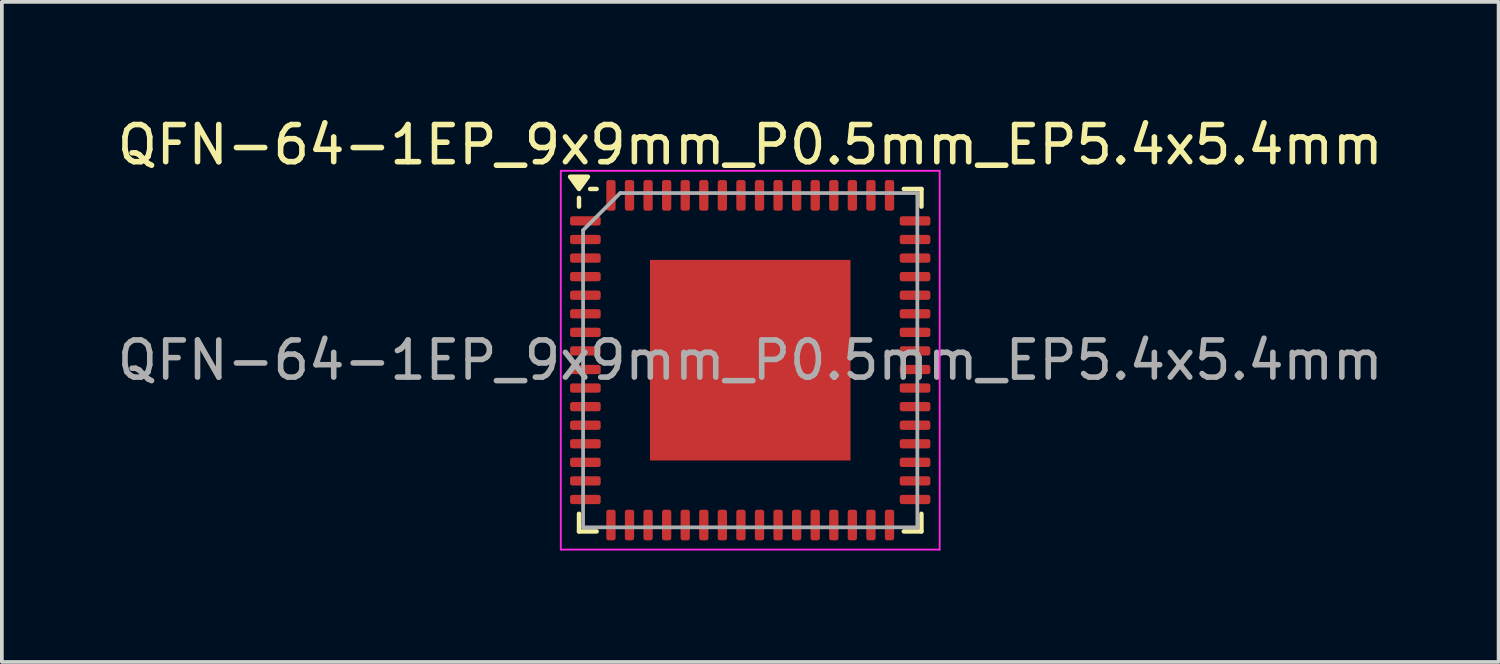
<source format=kicad_pcb>
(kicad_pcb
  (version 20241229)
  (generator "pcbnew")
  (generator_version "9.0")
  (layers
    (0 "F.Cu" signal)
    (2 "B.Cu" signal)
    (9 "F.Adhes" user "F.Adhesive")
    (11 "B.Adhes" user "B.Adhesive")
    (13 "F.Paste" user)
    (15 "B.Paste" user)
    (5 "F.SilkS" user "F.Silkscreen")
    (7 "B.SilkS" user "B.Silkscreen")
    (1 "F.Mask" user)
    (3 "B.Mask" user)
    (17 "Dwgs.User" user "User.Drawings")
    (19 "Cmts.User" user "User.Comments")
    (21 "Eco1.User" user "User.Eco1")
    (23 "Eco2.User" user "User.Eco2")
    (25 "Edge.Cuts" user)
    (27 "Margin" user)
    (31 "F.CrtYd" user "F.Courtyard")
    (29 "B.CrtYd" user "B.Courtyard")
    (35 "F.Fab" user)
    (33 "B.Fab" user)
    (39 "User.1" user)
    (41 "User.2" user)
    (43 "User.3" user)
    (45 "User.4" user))
  (footprint "QFN-64-1EP_9x9mm_P0.5mm_EP5.4x5.4mm"
    (layer "F.Cu")
    (at 17.149 6.648)
    (property "Reference" "QFN-64-1EP_9x9mm_P0.5mm_EP5.4x5.4mm" (at 0 -5.8 0) (layer "F.SilkS") (effects (font (size 1 1) (thickness 0.15))))
    (attr smd)
    (fp_line (start -4.61 -4.135) (end -4.61 -4.37) (stroke (width 0.12) (type solid)) (layer "F.SilkS"))
    (fp_line (start -4.61 4.61) (end -4.61 4.135) (stroke (width 0.12) (type solid)) (layer "F.SilkS"))
    (fp_line (start -4.135 -4.61) (end -4.31 -4.61) (stroke (width 0.12) (type solid)) (layer "F.SilkS"))
    (fp_line (start -4.135 4.61) (end -4.61 4.61) (stroke (width 0.12) (type solid)) (layer "F.SilkS"))
    (fp_line (start 4.135 -4.61) (end 4.61 -4.61) (stroke (width 0.12) (type solid)) (layer "F.SilkS"))
    (fp_line (start 4.135 4.61) (end 4.61 4.61) (stroke (width 0.12) (type solid)) (layer "F.SilkS"))
    (fp_line (start 4.61 -4.61) (end 4.61 -4.135) (stroke (width 0.12) (type solid)) (layer "F.SilkS"))
    (fp_line (start 4.61 4.61) (end 4.61 4.135) (stroke (width 0.12) (type solid)) (layer "F.SilkS"))
    (fp_poly (pts (xy -4.61 -4.61) (xy -4.85 -4.94) (xy -4.37 -4.94) (xy -4.61 -4.61)) (stroke (width 0.12) (type solid)) (fill yes) (layer "F.SilkS"))
    (fp_line (start -5.1 -5.1) (end -5.1 5.1) (stroke (width 0.05) (type solid)) (layer "F.CrtYd"))
    (fp_line (start -5.1 5.1) (end 5.1 5.1) (stroke (width 0.05) (type solid)) (layer "F.CrtYd"))
    (fp_line (start 5.1 -5.1) (end -5.1 -5.1) (stroke (width 0.05) (type solid)) (layer "F.CrtYd"))
    (fp_line (start 5.1 5.1) (end 5.1 -5.1) (stroke (width 0.05) (type solid)) (layer "F.CrtYd"))
    (fp_line (start -4.5 -3.5) (end -3.5 -4.5) (stroke (width 0.1) (type solid)) (layer "F.Fab"))
    (fp_line (start -4.5 4.5) (end -4.5 -3.5) (stroke (width 0.1) (type solid)) (layer "F.Fab"))
    (fp_line (start -3.5 -4.5) (end 4.5 -4.5) (stroke (width 0.1) (type solid)) (layer "F.Fab"))
    (fp_line (start 4.5 -4.5) (end 4.5 4.5) (stroke (width 0.1) (type solid)) (layer "F.Fab"))
    (fp_line (start 4.5 4.5) (end -4.5 4.5) (stroke (width 0.1) (type solid)) (layer "F.Fab"))
    (fp_text user "${REFERENCE}" (at 0 0 0) (layer "F.Fab") (effects (font (size 1 1) (thickness 0.15))))
    (pad "" smd roundrect (at -2.025 -2.025) (size 1.09 1.09) (layers "F.Paste") (roundrect_rratio 0.229))
    (pad "" smd roundrect (at -2.025 -0.675) (size 1.09 1.09) (layers "F.Paste") (roundrect_rratio 0.229))
    (pad "" smd roundrect (at -2.025 0.675) (size 1.09 1.09) (layers "F.Paste") (roundrect_rratio 0.229))
    (pad "" smd roundrect (at -2.025 2.025) (size 1.09 1.09) (layers "F.Paste") (roundrect_rratio 0.229))
    (pad "" smd roundrect (at -0.675 -2.025) (size 1.09 1.09) (layers "F.Paste") (roundrect_rratio 0.229))
    (pad "" smd roundrect (at -0.675 -0.675) (size 1.09 1.09) (layers "F.Paste") (roundrect_rratio 0.229))
    (pad "" smd roundrect (at -0.675 0.675) (size 1.09 1.09) (layers "F.Paste") (roundrect_rratio 0.229))
    (pad "" smd roundrect (at -0.675 2.025) (size 1.09 1.09) (layers "F.Paste") (roundrect_rratio 0.229))
    (pad "" smd roundrect (at 0.675 -2.025) (size 1.09 1.09) (layers "F.Paste") (roundrect_rratio 0.229))
    (pad "" smd roundrect (at 0.675 -0.675) (size 1.09 1.09) (layers "F.Paste") (roundrect_rratio 0.229))
    (pad "" smd roundrect (at 0.675 0.675) (size 1.09 1.09) (layers "F.Paste") (roundrect_rratio 0.229))
    (pad "" smd roundrect (at 0.675 2.025) (size 1.09 1.09) (layers "F.Paste") (roundrect_rratio 0.229))
    (pad "" smd roundrect (at 2.025 -2.025) (size 1.09 1.09) (layers "F.Paste") (roundrect_rratio 0.229))
    (pad "" smd roundrect (at 2.025 -0.675) (size 1.09 1.09) (layers "F.Paste") (roundrect_rratio 0.229))
    (pad "" smd roundrect (at 2.025 0.675) (size 1.09 1.09) (layers "F.Paste") (roundrect_rratio 0.229))
    (pad "" smd roundrect (at 2.025 2.025) (size 1.09 1.09) (layers "F.Paste") (roundrect_rratio 0.229))
    (pad "1" smd roundrect (at -4.438 -3.75) (size 0.825 0.25) (layers "F.Cu" "F.Mask" "F.Paste") (roundrect_rratio 0.25))
    (pad "2" smd roundrect (at -4.438 -3.25) (size 0.825 0.25) (layers "F.Cu" "F.Mask" "F.Paste") (roundrect_rratio 0.25))
    (pad "3" smd roundrect (at -4.438 -2.75) (size 0.825 0.25) (layers "F.Cu" "F.Mask" "F.Paste") (roundrect_rratio 0.25))
    (pad "4" smd roundrect (at -4.438 -2.25) (size 0.825 0.25) (layers "F.Cu" "F.Mask" "F.Paste") (roundrect_rratio 0.25))
    (pad "5" smd roundrect (at -4.438 -1.75) (size 0.825 0.25) (layers "F.Cu" "F.Mask" "F.Paste") (roundrect_rratio 0.25))
    (pad "6" smd roundrect (at -4.438 -1.25) (size 0.825 0.25) (layers "F.Cu" "F.Mask" "F.Paste") (roundrect_rratio 0.25))
    (pad "7" smd roundrect (at -4.438 -0.75) (size 0.825 0.25) (layers "F.Cu" "F.Mask" "F.Paste") (roundrect_rratio 0.25))
    (pad "8" smd roundrect (at -4.438 -0.25) (size 0.825 0.25) (layers "F.Cu" "F.Mask" "F.Paste") (roundrect_rratio 0.25))
    (pad "9" smd roundrect (at -4.438 0.25) (size 0.825 0.25) (layers "F.Cu" "F.Mask" "F.Paste") (roundrect_rratio 0.25))
    (pad "10" smd roundrect (at -4.438 0.75) (size 0.825 0.25) (layers "F.Cu" "F.Mask" "F.Paste") (roundrect_rratio 0.25))
    (pad "11" smd roundrect (at -4.438 1.25) (size 0.825 0.25) (layers "F.Cu" "F.Mask" "F.Paste") (roundrect_rratio 0.25))
    (pad "12" smd roundrect (at -4.438 1.75) (size 0.825 0.25) (layers "F.Cu" "F.Mask" "F.Paste") (roundrect_rratio 0.25))
    (pad "13" smd roundrect (at -4.438 2.25) (size 0.825 0.25) (layers "F.Cu" "F.Mask" "F.Paste") (roundrect_rratio 0.25))
    (pad "14" smd roundrect (at -4.438 2.75) (size 0.825 0.25) (layers "F.Cu" "F.Mask" "F.Paste") (roundrect_rratio 0.25))
    (pad "15" smd roundrect (at -4.438 3.25) (size 0.825 0.25) (layers "F.Cu" "F.Mask" "F.Paste") (roundrect_rratio 0.25))
    (pad "16" smd roundrect (at -4.438 3.75) (size 0.825 0.25) (layers "F.Cu" "F.Mask" "F.Paste") (roundrect_rratio 0.25))
    (pad "17" smd roundrect (at -3.75 4.438) (size 0.25 0.825) (layers "F.Cu" "F.Mask" "F.Paste") (roundrect_rratio 0.25))
    (pad "18" smd roundrect (at -3.25 4.438) (size 0.25 0.825) (layers "F.Cu" "F.Mask" "F.Paste") (roundrect_rratio 0.25))
    (pad "19" smd roundrect (at -2.75 4.438) (size 0.25 0.825) (layers "F.Cu" "F.Mask" "F.Paste") (roundrect_rratio 0.25))
    (pad "20" smd roundrect (at -2.25 4.438) (size 0.25 0.825) (layers "F.Cu" "F.Mask" "F.Paste") (roundrect_rratio 0.25))
    (pad "21" smd roundrect (at -1.75 4.438) (size 0.25 0.825) (layers "F.Cu" "F.Mask" "F.Paste") (roundrect_rratio 0.25))
    (pad "22" smd roundrect (at -1.25 4.438) (size 0.25 0.825) (layers "F.Cu" "F.Mask" "F.Paste") (roundrect_rratio 0.25))
    (pad "23" smd roundrect (at -0.75 4.438) (size 0.25 0.825) (layers "F.Cu" "F.Mask" "F.Paste") (roundrect_rratio 0.25))
    (pad "24" smd roundrect (at -0.25 4.438) (size 0.25 0.825) (layers "F.Cu" "F.Mask" "F.Paste") (roundrect_rratio 0.25))
    (pad "25" smd roundrect (at 0.25 4.438) (size 0.25 0.825) (layers "F.Cu" "F.Mask" "F.Paste") (roundrect_rratio 0.25))
    (pad "26" smd roundrect (at 0.75 4.438) (size 0.25 0.825) (layers "F.Cu" "F.Mask" "F.Paste") (roundrect_rratio 0.25))
    (pad "27" smd roundrect (at 1.25 4.438) (size 0.25 0.825) (layers "F.Cu" "F.Mask" "F.Paste") (roundrect_rratio 0.25))
    (pad "28" smd roundrect (at 1.75 4.438) (size 0.25 0.825) (layers "F.Cu" "F.Mask" "F.Paste") (roundrect_rratio 0.25))
    (pad "29" smd roundrect (at 2.25 4.438) (size 0.25 0.825) (layers "F.Cu" "F.Mask" "F.Paste") (roundrect_rratio 0.25))
    (pad "30" smd roundrect (at 2.75 4.438) (size 0.25 0.825) (layers "F.Cu" "F.Mask" "F.Paste") (roundrect_rratio 0.25))
    (pad "31" smd roundrect (at 3.25 4.438) (size 0.25 0.825) (layers "F.Cu" "F.Mask" "F.Paste") (roundrect_rratio 0.25))
    (pad "32" smd roundrect (at 3.75 4.438) (size 0.25 0.825) (layers "F.Cu" "F.Mask" "F.Paste") (roundrect_rratio 0.25))
    (pad "33" smd roundrect (at 4.438 3.75) (size 0.825 0.25) (layers "F.Cu" "F.Mask" "F.Paste") (roundrect_rratio 0.25))
    (pad "34" smd roundrect (at 4.438 3.25) (size 0.825 0.25) (layers "F.Cu" "F.Mask" "F.Paste") (roundrect_rratio 0.25))
    (pad "35" smd roundrect (at 4.438 2.75) (size 0.825 0.25) (layers "F.Cu" "F.Mask" "F.Paste") (roundrect_rratio 0.25))
    (pad "36" smd roundrect (at 4.438 2.25) (size 0.825 0.25) (layers "F.Cu" "F.Mask" "F.Paste") (roundrect_rratio 0.25))
    (pad "37" smd roundrect (at 4.438 1.75) (size 0.825 0.25) (layers "F.Cu" "F.Mask" "F.Paste") (roundrect_rratio 0.25))
    (pad "38" smd roundrect (at 4.438 1.25) (size 0.825 0.25) (layers "F.Cu" "F.Mask" "F.Paste") (roundrect_rratio 0.25))
    (pad "39" smd roundrect (at 4.438 0.75) (size 0.825 0.25) (layers "F.Cu" "F.Mask" "F.Paste") (roundrect_rratio 0.25))
    (pad "40" smd roundrect (at 4.438 0.25) (size 0.825 0.25) (layers "F.Cu" "F.Mask" "F.Paste") (roundrect_rratio 0.25))
    (pad "41" smd roundrect (at 4.438 -0.25) (size 0.825 0.25) (layers "F.Cu" "F.Mask" "F.Paste") (roundrect_rratio 0.25))
    (pad "42" smd roundrect (at 4.438 -0.75) (size 0.825 0.25) (layers "F.Cu" "F.Mask" "F.Paste") (roundrect_rratio 0.25))
    (pad "43" smd roundrect (at 4.438 -1.25) (size 0.825 0.25) (layers "F.Cu" "F.Mask" "F.Paste") (roundrect_rratio 0.25))
    (pad "44" smd roundrect (at 4.438 -1.75) (size 0.825 0.25) (layers "F.Cu" "F.Mask" "F.Paste") (roundrect_rratio 0.25))
    (pad "45" smd roundrect (at 4.438 -2.25) (size 0.825 0.25) (layers "F.Cu" "F.Mask" "F.Paste") (roundrect_rratio 0.25))
    (pad "46" smd roundrect (at 4.438 -2.75) (size 0.825 0.25) (layers "F.Cu" "F.Mask" "F.Paste") (roundrect_rratio 0.25))
    (pad "47" smd roundrect (at 4.438 -3.25) (size 0.825 0.25) (layers "F.Cu" "F.Mask" "F.Paste") (roundrect_rratio 0.25))
    (pad "48" smd roundrect (at 4.438 -3.75) (size 0.825 0.25) (layers "F.Cu" "F.Mask" "F.Paste") (roundrect_rratio 0.25))
    (pad "49" smd roundrect (at 3.75 -4.438) (size 0.25 0.825) (layers "F.Cu" "F.Mask" "F.Paste") (roundrect_rratio 0.25))
    (pad "50" smd roundrect (at 3.25 -4.438) (size 0.25 0.825) (layers "F.Cu" "F.Mask" "F.Paste") (roundrect_rratio 0.25))
    (pad "51" smd roundrect (at 2.75 -4.438) (size 0.25 0.825) (layers "F.Cu" "F.Mask" "F.Paste") (roundrect_rratio 0.25))
    (pad "52" smd roundrect (at 2.25 -4.438) (size 0.25 0.825) (layers "F.Cu" "F.Mask" "F.Paste") (roundrect_rratio 0.25))
    (pad "53" smd roundrect (at 1.75 -4.438) (size 0.25 0.825) (layers "F.Cu" "F.Mask" "F.Paste") (roundrect_rratio 0.25))
    (pad "54" smd roundrect (at 1.25 -4.438) (size 0.25 0.825) (layers "F.Cu" "F.Mask" "F.Paste") (roundrect_rratio 0.25))
    (pad "55" smd roundrect (at 0.75 -4.438) (size 0.25 0.825) (layers "F.Cu" "F.Mask" "F.Paste") (roundrect_rratio 0.25))
    (pad "56" smd roundrect (at 0.25 -4.438) (size 0.25 0.825) (layers "F.Cu" "F.Mask" "F.Paste") (roundrect_rratio 0.25))
    (pad "57" smd roundrect (at -0.25 -4.438) (size 0.25 0.825) (layers "F.Cu" "F.Mask" "F.Paste") (roundrect_rratio 0.25))
    (pad "58" smd roundrect (at -0.75 -4.438) (size 0.25 0.825) (layers "F.Cu" "F.Mask" "F.Paste") (roundrect_rratio 0.25))
    (pad "59" smd roundrect (at -1.25 -4.438) (size 0.25 0.825) (layers "F.Cu" "F.Mask" "F.Paste") (roundrect_rratio 0.25))
    (pad "60" smd roundrect (at -1.75 -4.438) (size 0.25 0.825) (layers "F.Cu" "F.Mask" "F.Paste") (roundrect_rratio 0.25))
    (pad "61" smd roundrect (at -2.25 -4.438) (size 0.25 0.825) (layers "F.Cu" "F.Mask" "F.Paste") (roundrect_rratio 0.25))
    (pad "62" smd roundrect (at -2.75 -4.438) (size 0.25 0.825) (layers "F.Cu" "F.Mask" "F.Paste") (roundrect_rratio 0.25))
    (pad "63" smd roundrect (at -3.25 -4.438) (size 0.25 0.825) (layers "F.Cu" "F.Mask" "F.Paste") (roundrect_rratio 0.25))
    (pad "64" smd roundrect (at -3.75 -4.438) (size 0.25 0.825) (layers "F.Cu" "F.Mask" "F.Paste") (roundrect_rratio 0.25))
    (pad "65" smd rect (at 0 0) (size 5.4 5.4) (property pad_prop_heatsink) (layers "F.Cu" "F.Mask")))
  (gr_rect
    (start -3 -3)
    (end 37.298 14.773)
    (stroke (width 0.1) (type default))
    (fill no)
    (layer "Edge.Cuts")))
</source>
